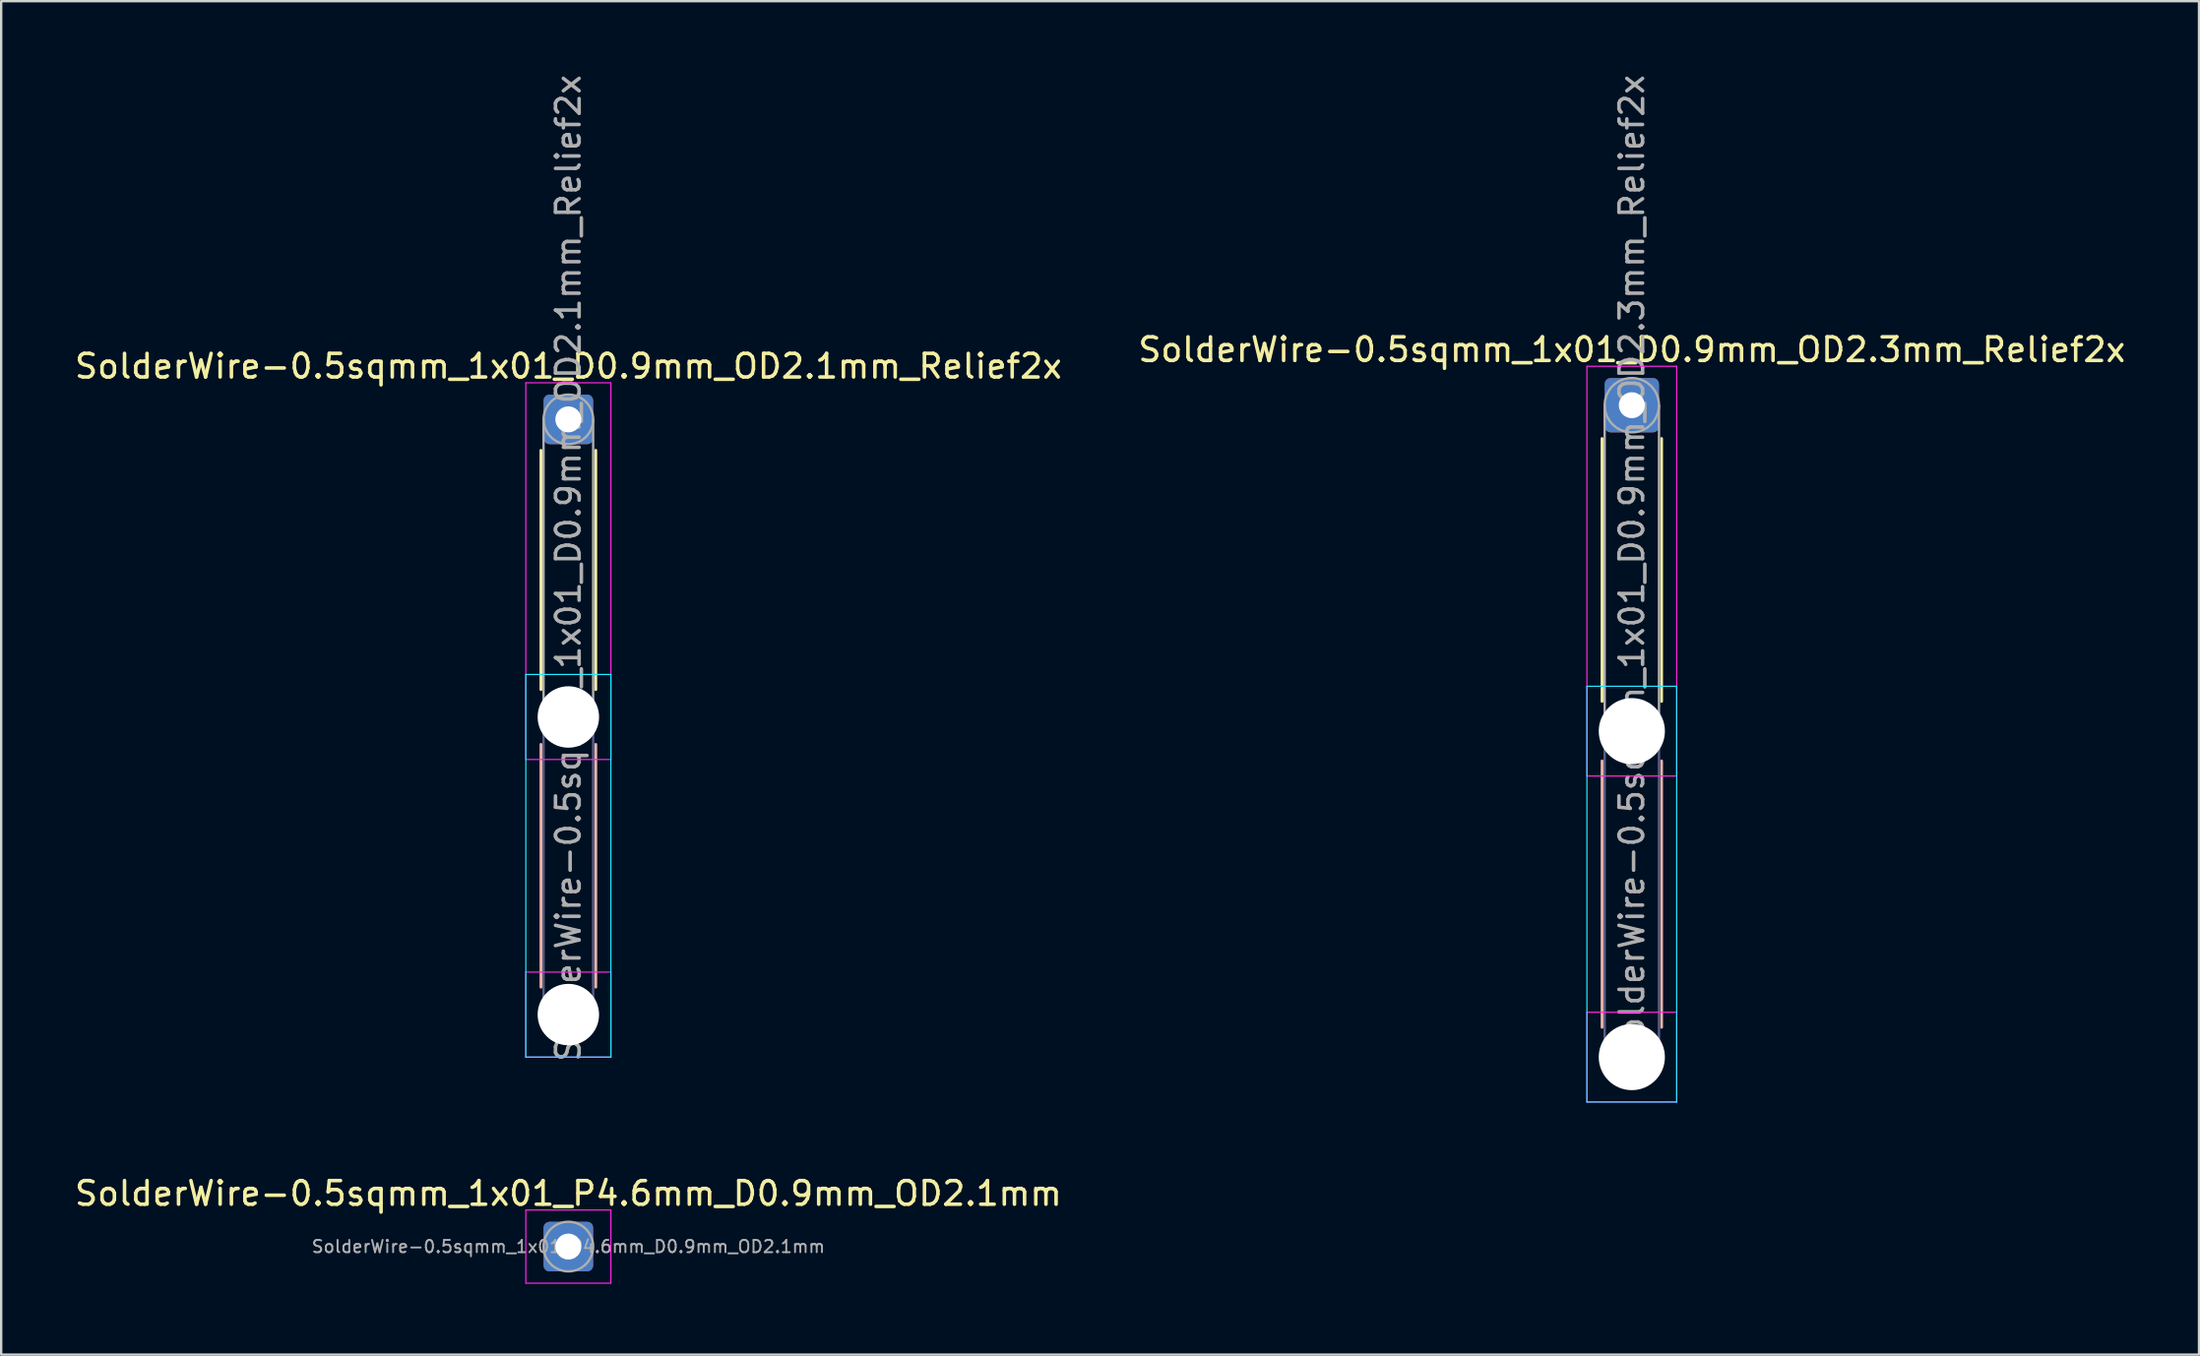
<source format=kicad_pcb>
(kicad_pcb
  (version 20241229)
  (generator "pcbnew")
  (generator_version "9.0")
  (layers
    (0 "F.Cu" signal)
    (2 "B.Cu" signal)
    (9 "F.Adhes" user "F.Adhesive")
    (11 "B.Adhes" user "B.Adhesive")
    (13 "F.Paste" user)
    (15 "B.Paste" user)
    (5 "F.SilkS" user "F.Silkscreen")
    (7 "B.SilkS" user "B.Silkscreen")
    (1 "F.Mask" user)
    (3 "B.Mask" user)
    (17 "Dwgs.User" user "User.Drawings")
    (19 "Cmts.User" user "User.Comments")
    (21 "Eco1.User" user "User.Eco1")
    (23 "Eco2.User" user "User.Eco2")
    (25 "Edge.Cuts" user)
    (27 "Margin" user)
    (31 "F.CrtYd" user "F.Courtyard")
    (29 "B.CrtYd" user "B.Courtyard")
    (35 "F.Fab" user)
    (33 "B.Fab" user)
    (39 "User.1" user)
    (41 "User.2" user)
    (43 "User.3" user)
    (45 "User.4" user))
  (footprint "SolderWire-0.5sqmm_1x01_P4.6mm_D0.9mm_OD2.1mm"
    (layer "F.Cu")
    (at 21.006 49.729)
    (property "Reference" "SolderWire-0.5sqmm_1x01_P4.6mm_D0.9mm_OD2.1mm" (at 0 -2.25 0) (layer "F.SilkS") (effects (font (size 1 1) (thickness 0.15))))
    (attr exclude_from_pos_files exclude_from_bom)
    (fp_line (start -1.8 -1.55) (end -1.8 1.55) (stroke (width 0.05) (type solid)) (layer "F.CrtYd"))
    (fp_line (start -1.8 1.55) (end 1.8 1.55) (stroke (width 0.05) (type solid)) (layer "F.CrtYd"))
    (fp_line (start 1.8 -1.55) (end -1.8 -1.55) (stroke (width 0.05) (type solid)) (layer "F.CrtYd"))
    (fp_line (start 1.8 1.55) (end 1.8 -1.55) (stroke (width 0.05) (type solid)) (layer "F.CrtYd"))
    (fp_circle (center 0 0) (end 1.05 0) (stroke (width 0.1) (type solid)) (fill no) (layer "F.Fab"))
    (fp_text user "${REFERENCE}" (at 0 0 0) (layer "F.Fab") (effects (font (size 0.52 0.52) (thickness 0.08))))
    (pad "1" thru_hole roundrect (at 0 0) (size 2.1 2.1) (drill 1.1) (layers "*.Cu" "*.Mask") (roundrect_rratio 0.119)))
  (footprint "SolderWire-0.5sqmm_1x01_D0.9mm_OD2.1mm_Relief2x"
    (layer "F.Cu")
    (at 21.006 14.706)
    (property "Reference" "SolderWire-0.5sqmm_1x01_D0.9mm_OD2.1mm_Relief2x" (at 0 -2.25 0) (layer "F.SilkS") (effects (font (size 1 1) (thickness 0.15))))
    (attr exclude_from_pos_files exclude_from_bom)
    (fp_line (start -1.16 1.31) (end -1.16 11.44) (stroke (width 0.12) (type solid)) (layer "F.SilkS"))
    (fp_line (start 1.16 1.31) (end 1.16 11.44) (stroke (width 0.12) (type solid)) (layer "F.SilkS"))
    (fp_line (start -1.16 13.76) (end -1.16 24.04) (stroke (width 0.12) (type solid)) (layer "B.SilkS"))
    (fp_line (start 1.16 13.76) (end 1.16 24.04) (stroke (width 0.12) (type solid)) (layer "B.SilkS"))
    (fp_line (start -1.8 10.8) (end -1.8 27) (stroke (width 0.05) (type solid)) (layer "B.CrtYd"))
    (fp_line (start -1.8 27) (end 1.8 27) (stroke (width 0.05) (type solid)) (layer "B.CrtYd"))
    (fp_line (start 1.8 10.8) (end -1.8 10.8) (stroke (width 0.05) (type solid)) (layer "B.CrtYd"))
    (fp_line (start 1.8 27) (end 1.8 10.8) (stroke (width 0.05) (type solid)) (layer "B.CrtYd"))
    (fp_line (start -1.8 -1.55) (end -1.8 14.4) (stroke (width 0.05) (type solid)) (layer "F.CrtYd"))
    (fp_line (start -1.8 14.4) (end 1.8 14.4) (stroke (width 0.05) (type solid)) (layer "F.CrtYd"))
    (fp_line (start -1.8 23.4) (end -1.8 27) (stroke (width 0.05) (type solid)) (layer "F.CrtYd"))
    (fp_line (start -1.8 27) (end 1.8 27) (stroke (width 0.05) (type solid)) (layer "F.CrtYd"))
    (fp_line (start 1.8 -1.55) (end -1.8 -1.55) (stroke (width 0.05) (type solid)) (layer "F.CrtYd"))
    (fp_line (start 1.8 14.4) (end 1.8 -1.55) (stroke (width 0.05) (type solid)) (layer "F.CrtYd"))
    (fp_line (start 1.8 23.4) (end -1.8 23.4) (stroke (width 0.05) (type solid)) (layer "F.CrtYd"))
    (fp_line (start 1.8 27) (end 1.8 23.4) (stroke (width 0.05) (type solid)) (layer "F.CrtYd"))
    (fp_line (start -1.05 12.6) (end -1.05 25.2) (stroke (width 0.1) (type solid)) (layer "B.Fab"))
    (fp_line (start 1.05 12.6) (end 1.05 25.2) (stroke (width 0.1) (type solid)) (layer "B.Fab"))
    (fp_circle (center 0 12.6) (end 1.05 12.6) (stroke (width 0.1) (type solid)) (fill no) (layer "B.Fab"))
    (fp_circle (center 0 25.2) (end 1.05 25.2) (stroke (width 0.1) (type solid)) (fill no) (layer "B.Fab"))
    (fp_line (start -1.05 0) (end -1.05 12.6) (stroke (width 0.1) (type solid)) (layer "F.Fab"))
    (fp_line (start 1.05 0) (end 1.05 12.6) (stroke (width 0.1) (type solid)) (layer "F.Fab"))
    (fp_circle (center 0 0) (end 1.05 0) (stroke (width 0.1) (type solid)) (fill no) (layer "F.Fab"))
    (fp_circle (center 0 12.6) (end 1.05 12.6) (stroke (width 0.1) (type solid)) (fill no) (layer "F.Fab"))
    (fp_circle (center 0 25.2) (end 1.05 25.2) (stroke (width 0.1) (type solid)) (fill no) (layer "F.Fab"))
    (fp_text user "${REFERENCE}" (at 0 6.3 90) (layer "F.Fab") (effects (font (size 1 1) (thickness 0.15))))
    (pad "" np_thru_hole circle (at 0 12.6) (size 2.6 2.6) (drill 2.6) (layers "*.Cu" "*.Mask"))
    (pad "" np_thru_hole circle (at 0 25.2) (size 2.6 2.6) (drill 2.6) (layers "*.Cu" "*.Mask"))
    (pad "1" thru_hole roundrect (at 0 0) (size 2.1 2.1) (drill 1.1) (layers "*.Cu" "*.Mask") (roundrect_rratio 0.119)))
  (footprint "SolderWire-0.5sqmm_1x01_D0.9mm_OD2.3mm_Relief2x"
    (layer "F.Cu")
    (at 66.018 14.106)
    (property "Reference" "SolderWire-0.5sqmm_1x01_D0.9mm_OD2.3mm_Relief2x" (at 0 -2.35 0) (layer "F.SilkS") (effects (font (size 1 1) (thickness 0.15))))
    (attr exclude_from_pos_files exclude_from_bom)
    (fp_line (start -1.26 1.41) (end -1.26 12.54) (stroke (width 0.12) (type solid)) (layer "F.SilkS"))
    (fp_line (start 1.26 1.41) (end 1.26 12.54) (stroke (width 0.12) (type solid)) (layer "F.SilkS"))
    (fp_line (start -1.26 15.06) (end -1.26 26.34) (stroke (width 0.12) (type solid)) (layer "B.SilkS"))
    (fp_line (start 1.26 15.06) (end 1.26 26.34) (stroke (width 0.12) (type solid)) (layer "B.SilkS"))
    (fp_line (start -1.9 11.9) (end -1.9 29.5) (stroke (width 0.05) (type solid)) (layer "B.CrtYd"))
    (fp_line (start -1.9 29.5) (end 1.9 29.5) (stroke (width 0.05) (type solid)) (layer "B.CrtYd"))
    (fp_line (start 1.9 11.9) (end -1.9 11.9) (stroke (width 0.05) (type solid)) (layer "B.CrtYd"))
    (fp_line (start 1.9 29.5) (end 1.9 11.9) (stroke (width 0.05) (type solid)) (layer "B.CrtYd"))
    (fp_line (start -1.9 -1.65) (end -1.9 15.7) (stroke (width 0.05) (type solid)) (layer "F.CrtYd"))
    (fp_line (start -1.9 15.7) (end 1.9 15.7) (stroke (width 0.05) (type solid)) (layer "F.CrtYd"))
    (fp_line (start -1.9 25.7) (end -1.9 29.5) (stroke (width 0.05) (type solid)) (layer "F.CrtYd"))
    (fp_line (start -1.9 29.5) (end 1.9 29.5) (stroke (width 0.05) (type solid)) (layer "F.CrtYd"))
    (fp_line (start 1.9 -1.65) (end -1.9 -1.65) (stroke (width 0.05) (type solid)) (layer "F.CrtYd"))
    (fp_line (start 1.9 15.7) (end 1.9 -1.65) (stroke (width 0.05) (type solid)) (layer "F.CrtYd"))
    (fp_line (start 1.9 25.7) (end -1.9 25.7) (stroke (width 0.05) (type solid)) (layer "F.CrtYd"))
    (fp_line (start 1.9 29.5) (end 1.9 25.7) (stroke (width 0.05) (type solid)) (layer "F.CrtYd"))
    (fp_line (start -1.15 13.8) (end -1.15 27.6) (stroke (width 0.1) (type solid)) (layer "B.Fab"))
    (fp_line (start 1.15 13.8) (end 1.15 27.6) (stroke (width 0.1) (type solid)) (layer "B.Fab"))
    (fp_circle (center 0 13.8) (end 1.15 13.8) (stroke (width 0.1) (type solid)) (fill no) (layer "B.Fab"))
    (fp_circle (center 0 27.6) (end 1.15 27.6) (stroke (width 0.1) (type solid)) (fill no) (layer "B.Fab"))
    (fp_line (start -1.15 0) (end -1.15 13.8) (stroke (width 0.1) (type solid)) (layer "F.Fab"))
    (fp_line (start 1.15 0) (end 1.15 13.8) (stroke (width 0.1) (type solid)) (layer "F.Fab"))
    (fp_circle (center 0 0) (end 1.15 0) (stroke (width 0.1) (type solid)) (fill no) (layer "F.Fab"))
    (fp_circle (center 0 13.8) (end 1.15 13.8) (stroke (width 0.1) (type solid)) (fill no) (layer "F.Fab"))
    (fp_circle (center 0 27.6) (end 1.15 27.6) (stroke (width 0.1) (type solid)) (fill no) (layer "F.Fab"))
    (fp_text user "${REFERENCE}" (at 0 6.9 90) (layer "F.Fab") (effects (font (size 1 1) (thickness 0.15))))
    (pad "" np_thru_hole circle (at 0 13.8) (size 2.8 2.8) (drill 2.8) (layers "*.Cu" "*.Mask"))
    (pad "" np_thru_hole circle (at 0 27.6) (size 2.8 2.8) (drill 2.8) (layers "*.Cu" "*.Mask"))
    (pad "1" thru_hole roundrect (at 0 0) (size 2.3 2.3) (drill 1.1) (layers "*.Cu" "*.Mask") (roundrect_rratio 0.109)))
  (gr_rect
    (start -3 -3)
    (end 90.024 54.304)
    (stroke (width 0.1) (type default))
    (fill no)
    (layer "Edge.Cuts")))
</source>
